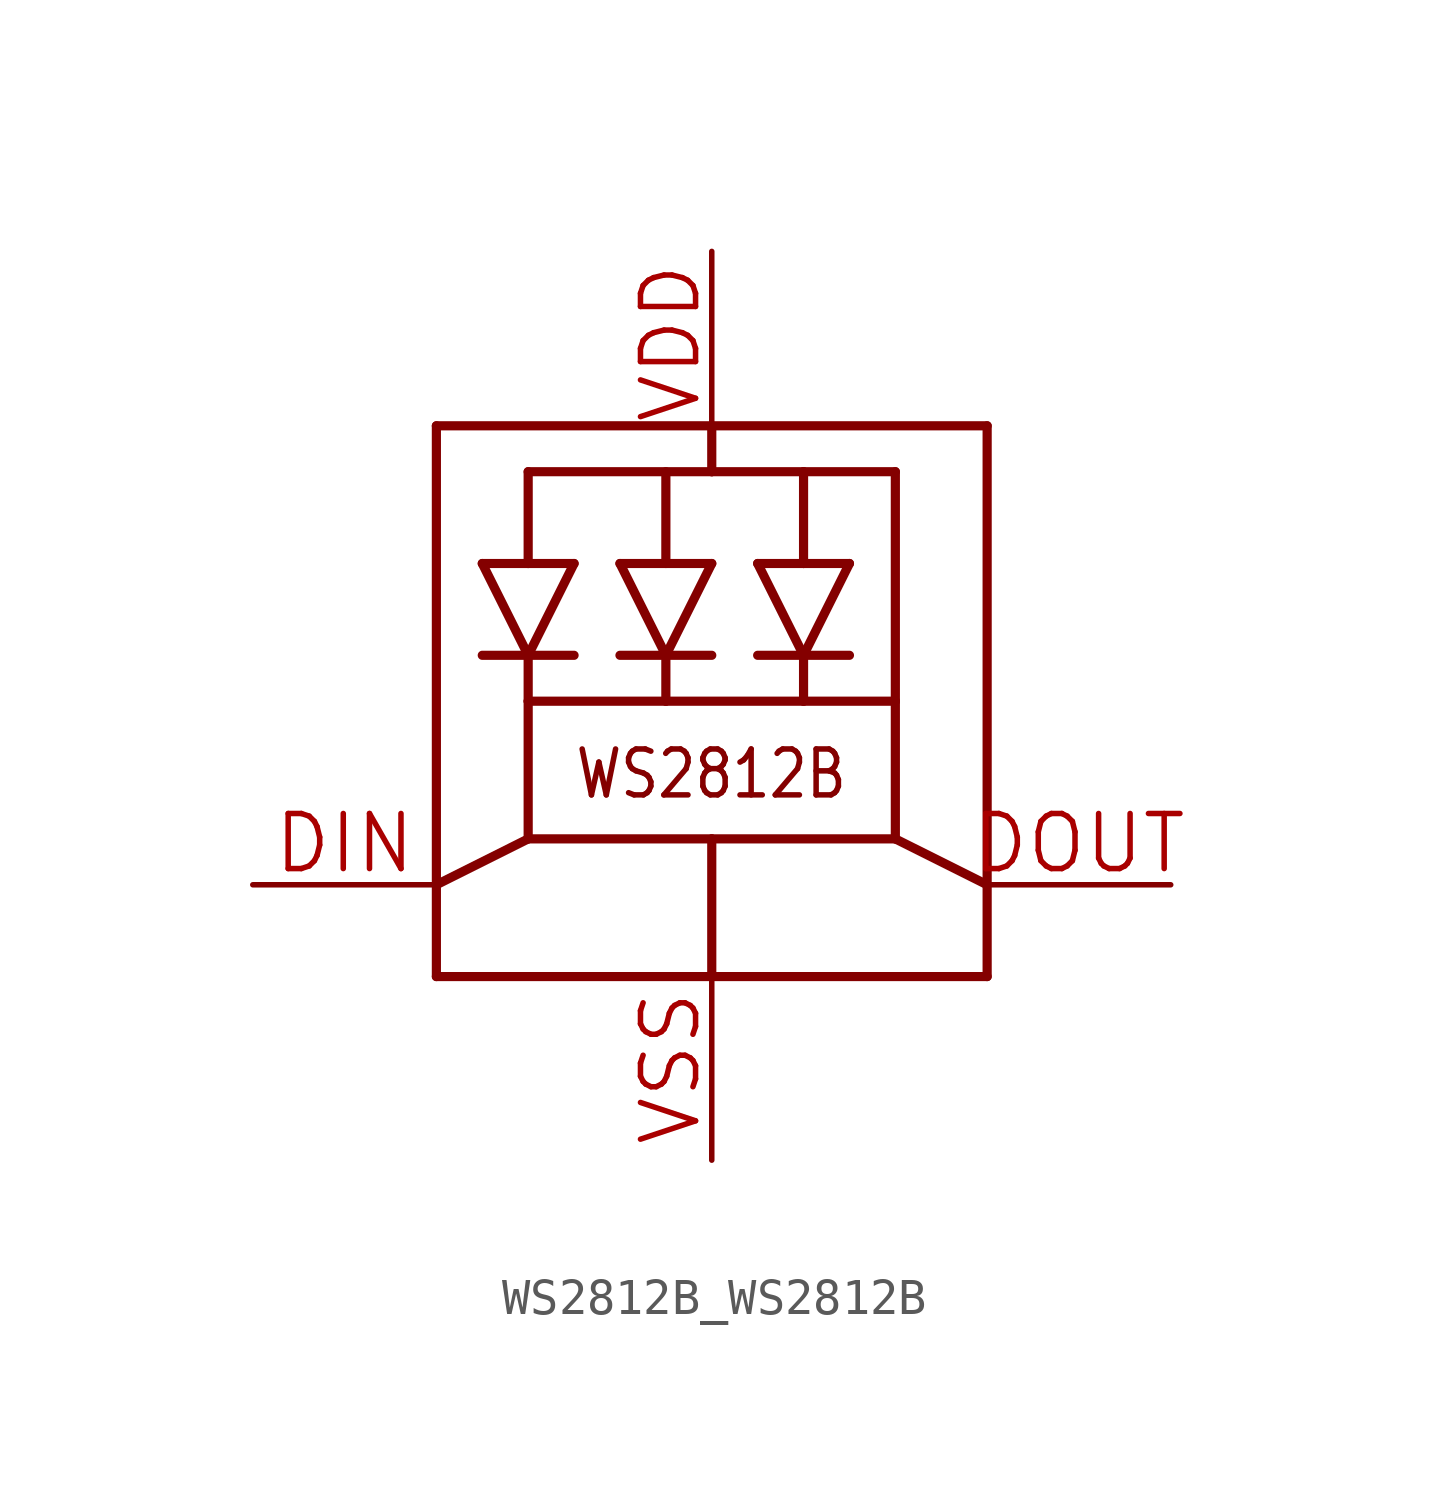
<source format=kicad_sym>
(kicad_symbol_lib
  (version 20241209)
  (generator "kicad_symbol_editor")
  (generator_version "9.0")
  (symbol "WS2812B_WS2812B"
    (property "Reference" "LED"
      (at 0 0 0)
      (effects (font (size 1.27 1.27)) (hide yes)))
    (property "ki_locked" ""
      (at 0 0 0)
      (effects (font (size 1.27 1.27))))
    (symbol "WS2812B_WS2812B_1_0"
      (polyline (pts (xy -7.62 10.16) (xy -7.62 -2.54)) (stroke (width 0.254) (type solid)) (fill (type none)))
      (polyline (pts (xy -7.62 -2.54) (xy -7.62 -5.08)) (stroke (width 0.254) (type solid)) (fill (type none)))
      (polyline (pts (xy -7.62 -5.08) (xy 0 -5.08)) (stroke (width 0.254) (type solid)) (fill (type none)))
      (polyline (pts (xy -6.35 6.35) (xy -5.08 6.35)) (stroke (width 0.254) (type solid)) (fill (type none)))
      (polyline (pts (xy -6.35 3.81) (xy -5.08 3.81)) (stroke (width 0.254) (type solid)) (fill (type none)))
      (polyline (pts (xy -5.08 8.89) (xy -5.08 6.35)) (stroke (width 0.254) (type solid)) (fill (type none)))
      (polyline (pts (xy -5.08 6.35) (xy -3.81 6.35)) (stroke (width 0.254) (type solid)) (fill (type none)))
      (polyline (pts (xy -5.08 3.81) (xy -6.35 6.35)) (stroke (width 0.254) (type solid)) (fill (type none)))
      (polyline (pts (xy -5.08 3.81) (xy -5.08 2.54)) (stroke (width 0.254) (type solid)) (fill (type none)))
      (polyline (pts (xy -5.08 3.81) (xy -3.81 6.35)) (stroke (width 0.254) (type solid)) (fill (type none)))
      (polyline (pts (xy -5.08 2.54) (xy -5.08 -1.27)) (stroke (width 0.254) (type solid)) (fill (type none)))
      (polyline (pts (xy -5.08 -1.27) (xy -7.62 -2.54)) (stroke (width 0.254) (type solid)) (fill (type none)))
      (polyline (pts (xy -5.08 -1.27) (xy 0 -1.27)) (stroke (width 0.254) (type solid)) (fill (type none)))
      (polyline (pts (xy -3.81 3.81) (xy -5.08 3.81)) (stroke (width 0.254) (type solid)) (fill (type none)))
      (polyline (pts (xy -2.54 6.35) (xy 0 6.35)) (stroke (width 0.254) (type solid)) (fill (type none)))
      (polyline (pts (xy -2.54 3.81) (xy -1.27 3.81)) (stroke (width 0.254) (type solid)) (fill (type none)))
      (polyline (pts (xy -1.27 6.35) (xy -1.27 8.89)) (stroke (width 0.254) (type solid)) (fill (type none)))
      (polyline (pts (xy -1.27 3.81) (xy -2.54 6.35)) (stroke (width 0.254) (type solid)) (fill (type none)))
      (polyline (pts (xy -1.27 3.81) (xy -1.27 2.54)) (stroke (width 0.254) (type solid)) (fill (type none)))
      (polyline (pts (xy -1.27 3.81) (xy 0 3.81)) (stroke (width 0.254) (type solid)) (fill (type none)))
      (polyline (pts (xy -1.27 2.54) (xy -5.08 2.54)) (stroke (width 0.254) (type solid)) (fill (type none)))
      (polyline (pts (xy 0 10.16) (xy -7.62 10.16)) (stroke (width 0.254) (type solid)) (fill (type none)))
      (polyline (pts (xy 0 10.16) (xy 0 8.89)) (stroke (width 0.254) (type solid)) (fill (type none)))
      (polyline (pts (xy 0 8.89) (xy -5.08 8.89)) (stroke (width 0.254) (type solid)) (fill (type none)))
      (polyline (pts (xy 0 6.35) (xy -1.27 3.81)) (stroke (width 0.254) (type solid)) (fill (type none)))
      (polyline (pts (xy 0 -1.27) (xy 0 -5.08)) (stroke (width 0.254) (type solid)) (fill (type none)))
      (polyline (pts (xy 0 -1.27) (xy 5.08 -1.27)) (stroke (width 0.254) (type solid)) (fill (type none)))
      (polyline (pts (xy 0 -5.08) (xy 7.62 -5.08)) (stroke (width 0.254) (type solid)) (fill (type none)))
      (polyline (pts (xy 1.27 6.35) (xy 2.54 6.35)) (stroke (width 0.254) (type solid)) (fill (type none)))
      (polyline (pts (xy 1.27 6.35) (xy 2.54 3.81)) (stroke (width 0.254) (type solid)) (fill (type none)))
      (polyline (pts (xy 2.54 8.89) (xy 0 8.89)) (stroke (width 0.254) (type solid)) (fill (type none)))
      (polyline (pts (xy 2.54 8.89) (xy 5.08 8.89)) (stroke (width 0.254) (type solid)) (fill (type none)))
      (polyline (pts (xy 2.54 6.35) (xy 2.54 8.89)) (stroke (width 0.254) (type solid)) (fill (type none)))
      (polyline (pts (xy 2.54 3.81) (xy 1.27 3.81)) (stroke (width 0.254) (type solid)) (fill (type none)))
      (polyline (pts (xy 2.54 3.81) (xy 2.54 2.54)) (stroke (width 0.254) (type solid)) (fill (type none)))
      (polyline (pts (xy 2.54 3.81) (xy 3.81 6.35)) (stroke (width 0.254) (type solid)) (fill (type none)))
      (polyline (pts (xy 2.54 3.81) (xy 3.81 3.81)) (stroke (width 0.254) (type solid)) (fill (type none)))
      (polyline (pts (xy 2.54 2.54) (xy -1.27 2.54)) (stroke (width 0.254) (type solid)) (fill (type none)))
      (polyline (pts (xy 3.81 6.35) (xy 2.54 6.35)) (stroke (width 0.254) (type solid)) (fill (type none)))
      (polyline (pts (xy 5.08 8.89) (xy 5.08 2.54)) (stroke (width 0.254) (type solid)) (fill (type none)))
      (polyline (pts (xy 5.08 2.54) (xy 2.54 2.54)) (stroke (width 0.254) (type solid)) (fill (type none)))
      (polyline (pts (xy 5.08 -1.27) (xy 5.08 2.54)) (stroke (width 0.254) (type solid)) (fill (type none)))
      (polyline (pts (xy 5.08 -1.27) (xy 7.62 -2.54)) (stroke (width 0.254) (type solid)) (fill (type none)))
      (polyline (pts (xy 7.62 10.16) (xy 0 10.16)) (stroke (width 0.254) (type solid)) (fill (type none)))
      (polyline (pts (xy 7.62 -2.54) (xy 7.62 10.16)) (stroke (width 0.254) (type solid)) (fill (type none)))
      (polyline (pts (xy 7.62 -5.08) (xy 7.62 -2.54)) (stroke (width 0.254) (type solid)) (fill (type none)))
      (text "WS2812B" (at 3.81 1.27 0) (effects (font (size 1.27 1.079)) (justify right top)))
      (pin input line (at -12.7 -2.54 0) (length 5.08) (name "DI" (effects (font (size 0 0)))) (number "DIN" (effects (font (size 1.524 1.524)))))
      (pin power_in line (at 0 14.986 270) (length 5.08) (name "VDD" (effects (font (size 0 0)))) (number "VDD" (effects (font (size 1.524 1.524)))))
      (pin power_in line (at 0 -10.16 90) (length 5.08) (name "GND" (effects (font (size 0 0)))) (number "VSS" (effects (font (size 1.524 1.524)))))
      (pin output line (at 12.7 -2.54 180) (length 5.08) (name "DO" (effects (font (size 0 0)))) (number "DOUT" (effects (font (size 1.524 1.524))))))))
</source>
